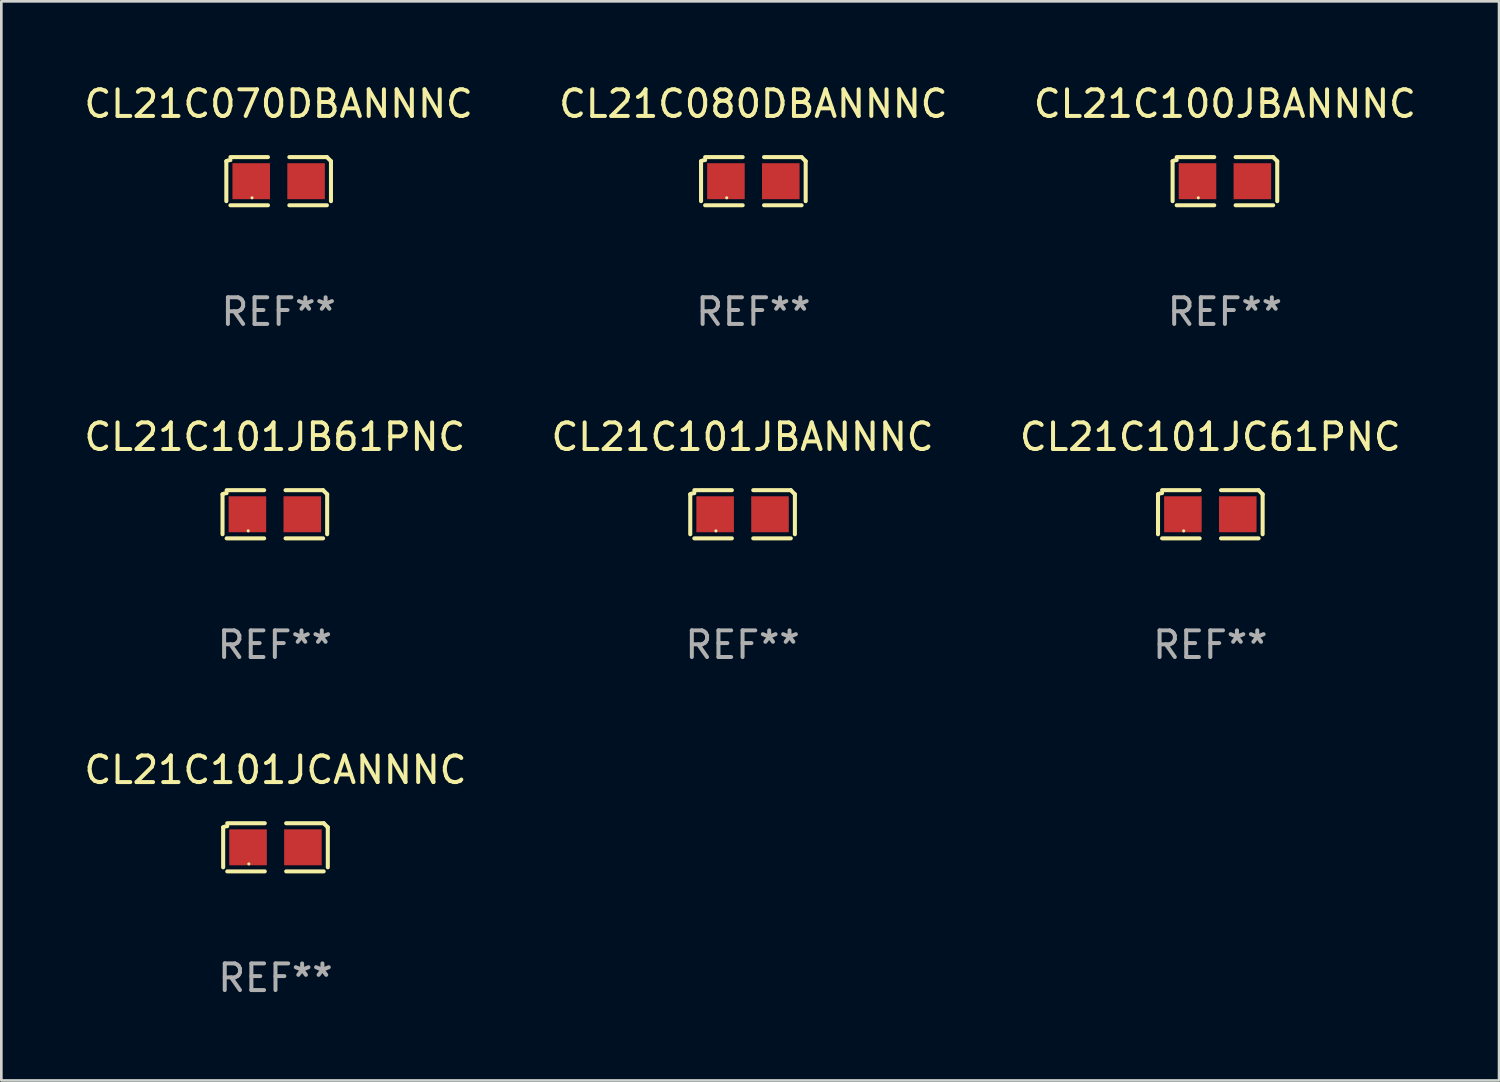
<source format=kicad_pcb>
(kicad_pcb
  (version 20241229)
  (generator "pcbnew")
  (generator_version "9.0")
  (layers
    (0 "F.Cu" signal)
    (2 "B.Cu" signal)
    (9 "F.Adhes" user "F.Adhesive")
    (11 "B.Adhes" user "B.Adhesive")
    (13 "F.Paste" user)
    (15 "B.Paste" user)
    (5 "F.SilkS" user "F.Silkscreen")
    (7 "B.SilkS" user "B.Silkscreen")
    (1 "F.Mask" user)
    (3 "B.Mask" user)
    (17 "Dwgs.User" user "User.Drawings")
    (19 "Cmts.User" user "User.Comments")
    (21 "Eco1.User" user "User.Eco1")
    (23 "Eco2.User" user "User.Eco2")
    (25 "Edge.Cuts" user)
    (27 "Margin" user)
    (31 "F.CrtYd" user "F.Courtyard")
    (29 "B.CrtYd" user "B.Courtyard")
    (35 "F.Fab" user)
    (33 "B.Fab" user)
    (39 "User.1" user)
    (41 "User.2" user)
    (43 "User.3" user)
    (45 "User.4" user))
  (footprint "CL21C080DBANNNC"
    (layer "F.Cu")
    (at 25.232 3.752)
    (property "Reference" "CL21C080DBANNNC" (at 0 -2.904 0) (layer "F.SilkS") (effects (font (size 1 1) (thickness 0.15))))
    (attr through_hole)
    (fp_line (start -1.964 0.751) (end -1.964 -0.751) (stroke (width 0.152) (type solid)) (layer "F.SilkS"))
    (fp_line (start -1.811 -0.904) (end -0.401 -0.904) (stroke (width 0.152) (type solid)) (layer "F.SilkS"))
    (fp_line (start -0.401 0.904) (end -1.811 0.904) (stroke (width 0.152) (type solid)) (layer "F.SilkS"))
    (fp_line (start 0.401 0.904) (end 1.811 0.904) (stroke (width 0.152) (type solid)) (layer "F.SilkS"))
    (fp_line (start 1.811 -0.904) (end 0.401 -0.904) (stroke (width 0.152) (type solid)) (layer "F.SilkS"))
    (fp_line (start 1.964 0.751) (end 1.964 -0.751) (stroke (width 0.152) (type solid)) (layer "F.SilkS"))
    (fp_arc (start -1.963602 -0.751207) (mid -1.890354 -0.783131) (end -1.811201 -0.794044) (stroke (width 0.1524) (type solid)) (layer "F.SilkS"))
    (fp_arc (start 1.811202 -0.903607) (mid 1.887413 -0.827418) (end 1.963602 -0.751207) (stroke (width 0.1524) (type solid)) (layer "F.SilkS"))
    (fp_circle (center -1 0.625) (end -0.97 0.625) (stroke (width 0.06) (type solid)) (fill no) (layer "F.SilkS"))
    (fp_text user "REF**" (at 0 4.904 0) (layer "F.Fab") (effects (font (size 1 1) (thickness 0.15))))
    (pad "1" smd rect (at -1.03 0) (size 1.41 1.35) (layers "F.Cu" "F.Mask" "F.Paste"))
    (pad "2" smd rect (at 1.03 0) (size 1.41 1.35) (layers "F.Cu" "F.Mask" "F.Paste")))
  (footprint "CL21C070DBANNNC"
    (layer "F.Cu")
    (at 7.411 3.752)
    (property "Reference" "CL21C070DBANNNC" (at 0 -2.904 0) (layer "F.SilkS") (effects (font (size 1 1) (thickness 0.15))))
    (attr through_hole)
    (fp_line (start -1.964 0.751) (end -1.964 -0.751) (stroke (width 0.152) (type solid)) (layer "F.SilkS"))
    (fp_line (start -1.811 -0.904) (end -0.401 -0.904) (stroke (width 0.152) (type solid)) (layer "F.SilkS"))
    (fp_line (start -0.401 0.904) (end -1.811 0.904) (stroke (width 0.152) (type solid)) (layer "F.SilkS"))
    (fp_line (start 0.401 0.904) (end 1.811 0.904) (stroke (width 0.152) (type solid)) (layer "F.SilkS"))
    (fp_line (start 1.811 -0.904) (end 0.401 -0.904) (stroke (width 0.152) (type solid)) (layer "F.SilkS"))
    (fp_line (start 1.964 0.751) (end 1.964 -0.751) (stroke (width 0.152) (type solid)) (layer "F.SilkS"))
    (fp_arc (start -1.963602 -0.751207) (mid -1.890354 -0.783131) (end -1.811201 -0.794044) (stroke (width 0.1524) (type solid)) (layer "F.SilkS"))
    (fp_arc (start 1.811202 -0.903607) (mid 1.887413 -0.827418) (end 1.963602 -0.751207) (stroke (width 0.1524) (type solid)) (layer "F.SilkS"))
    (fp_circle (center -1 0.625) (end -0.97 0.625) (stroke (width 0.06) (type solid)) (fill no) (layer "F.SilkS"))
    (fp_text user "REF**" (at 0 4.904 0) (layer "F.Fab") (effects (font (size 1 1) (thickness 0.15))))
    (pad "1" smd rect (at -1.03 0) (size 1.41 1.35) (layers "F.Cu" "F.Mask" "F.Paste"))
    (pad "2" smd rect (at 1.03 0) (size 1.41 1.35) (layers "F.Cu" "F.Mask" "F.Paste")))
  (footprint "CL21C101JB61PNC"
    (layer "F.Cu")
    (at 7.268 16.256)
    (property "Reference" "CL21C101JB61PNC" (at 0 -2.904 0) (layer "F.SilkS") (effects (font (size 1 1) (thickness 0.15))))
    (attr through_hole)
    (fp_line (start -1.964 0.751) (end -1.964 -0.751) (stroke (width 0.152) (type solid)) (layer "F.SilkS"))
    (fp_line (start -1.811 -0.904) (end -0.401 -0.904) (stroke (width 0.152) (type solid)) (layer "F.SilkS"))
    (fp_line (start -0.401 0.904) (end -1.811 0.904) (stroke (width 0.152) (type solid)) (layer "F.SilkS"))
    (fp_line (start 0.401 0.904) (end 1.811 0.904) (stroke (width 0.152) (type solid)) (layer "F.SilkS"))
    (fp_line (start 1.811 -0.904) (end 0.401 -0.904) (stroke (width 0.152) (type solid)) (layer "F.SilkS"))
    (fp_line (start 1.964 0.751) (end 1.964 -0.751) (stroke (width 0.152) (type solid)) (layer "F.SilkS"))
    (fp_arc (start -1.963602 -0.751207) (mid -1.890354 -0.783131) (end -1.811201 -0.794044) (stroke (width 0.1524) (type solid)) (layer "F.SilkS"))
    (fp_arc (start 1.811202 -0.903607) (mid 1.887413 -0.827418) (end 1.963602 -0.751207) (stroke (width 0.1524) (type solid)) (layer "F.SilkS"))
    (fp_circle (center -1 0.625) (end -0.97 0.625) (stroke (width 0.06) (type solid)) (fill no) (layer "F.SilkS"))
    (fp_text user "REF**" (at 0 4.904 0) (layer "F.Fab") (effects (font (size 1 1) (thickness 0.15))))
    (pad "1" smd rect (at -1.03 0) (size 1.41 1.35) (layers "F.Cu" "F.Mask" "F.Paste"))
    (pad "2" smd rect (at 1.03 0) (size 1.41 1.35) (layers "F.Cu" "F.Mask" "F.Paste")))
  (footprint "CL21C101JBANNNC"
    (layer "F.Cu")
    (at 24.827 16.256)
    (property "Reference" "CL21C101JBANNNC" (at 0 -2.904 0) (layer "F.SilkS") (effects (font (size 1 1) (thickness 0.15))))
    (attr through_hole)
    (fp_line (start -1.964 0.751) (end -1.964 -0.751) (stroke (width 0.152) (type solid)) (layer "F.SilkS"))
    (fp_line (start -1.811 -0.904) (end -0.401 -0.904) (stroke (width 0.152) (type solid)) (layer "F.SilkS"))
    (fp_line (start -0.401 0.904) (end -1.811 0.904) (stroke (width 0.152) (type solid)) (layer "F.SilkS"))
    (fp_line (start 0.401 0.904) (end 1.811 0.904) (stroke (width 0.152) (type solid)) (layer "F.SilkS"))
    (fp_line (start 1.811 -0.904) (end 0.401 -0.904) (stroke (width 0.152) (type solid)) (layer "F.SilkS"))
    (fp_line (start 1.964 0.751) (end 1.964 -0.751) (stroke (width 0.152) (type solid)) (layer "F.SilkS"))
    (fp_arc (start -1.963602 -0.751207) (mid -1.890354 -0.783131) (end -1.811201 -0.794044) (stroke (width 0.1524) (type solid)) (layer "F.SilkS"))
    (fp_arc (start 1.811202 -0.903607) (mid 1.887413 -0.827418) (end 1.963602 -0.751207) (stroke (width 0.1524) (type solid)) (layer "F.SilkS"))
    (fp_circle (center -1 0.625) (end -0.97 0.625) (stroke (width 0.06) (type solid)) (fill no) (layer "F.SilkS"))
    (fp_text user "REF**" (at 0 4.904 0) (layer "F.Fab") (effects (font (size 1 1) (thickness 0.15))))
    (pad "1" smd rect (at -1.03 0) (size 1.41 1.35) (layers "F.Cu" "F.Mask" "F.Paste"))
    (pad "2" smd rect (at 1.03 0) (size 1.41 1.35) (layers "F.Cu" "F.Mask" "F.Paste")))
  (footprint "CL21C101JCANNNC"
    (layer "F.Cu")
    (at 7.292 28.759)
    (property "Reference" "CL21C101JCANNNC" (at 0 -2.904 0) (layer "F.SilkS") (effects (font (size 1 1) (thickness 0.15))))
    (attr through_hole)
    (fp_line (start -1.964 0.751) (end -1.964 -0.751) (stroke (width 0.152) (type solid)) (layer "F.SilkS"))
    (fp_line (start -1.811 -0.904) (end -0.401 -0.904) (stroke (width 0.152) (type solid)) (layer "F.SilkS"))
    (fp_line (start -0.401 0.904) (end -1.811 0.904) (stroke (width 0.152) (type solid)) (layer "F.SilkS"))
    (fp_line (start 0.401 0.904) (end 1.811 0.904) (stroke (width 0.152) (type solid)) (layer "F.SilkS"))
    (fp_line (start 1.811 -0.904) (end 0.401 -0.904) (stroke (width 0.152) (type solid)) (layer "F.SilkS"))
    (fp_line (start 1.964 0.751) (end 1.964 -0.751) (stroke (width 0.152) (type solid)) (layer "F.SilkS"))
    (fp_arc (start -1.963602 -0.751207) (mid -1.890354 -0.783131) (end -1.811201 -0.794044) (stroke (width 0.1524) (type solid)) (layer "F.SilkS"))
    (fp_arc (start 1.811202 -0.903607) (mid 1.887413 -0.827418) (end 1.963602 -0.751207) (stroke (width 0.1524) (type solid)) (layer "F.SilkS"))
    (fp_circle (center -1 0.625) (end -0.97 0.625) (stroke (width 0.06) (type solid)) (fill no) (layer "F.SilkS"))
    (fp_text user "REF**" (at 0 4.904 0) (layer "F.Fab") (effects (font (size 1 1) (thickness 0.15))))
    (pad "1" smd rect (at -1.03 0) (size 1.41 1.35) (layers "F.Cu" "F.Mask" "F.Paste"))
    (pad "2" smd rect (at 1.03 0) (size 1.41 1.35) (layers "F.Cu" "F.Mask" "F.Paste")))
  (footprint "CL21C100JBANNNC"
    (layer "F.Cu")
    (at 42.935 3.752)
    (property "Reference" "CL21C100JBANNNC" (at 0 -2.904 0) (layer "F.SilkS") (effects (font (size 1 1) (thickness 0.15))))
    (attr through_hole)
    (fp_line (start -1.964 0.751) (end -1.964 -0.751) (stroke (width 0.152) (type solid)) (layer "F.SilkS"))
    (fp_line (start -1.811 -0.904) (end -0.401 -0.904) (stroke (width 0.152) (type solid)) (layer "F.SilkS"))
    (fp_line (start -0.401 0.904) (end -1.811 0.904) (stroke (width 0.152) (type solid)) (layer "F.SilkS"))
    (fp_line (start 0.401 0.904) (end 1.811 0.904) (stroke (width 0.152) (type solid)) (layer "F.SilkS"))
    (fp_line (start 1.811 -0.904) (end 0.401 -0.904) (stroke (width 0.152) (type solid)) (layer "F.SilkS"))
    (fp_line (start 1.964 0.751) (end 1.964 -0.751) (stroke (width 0.152) (type solid)) (layer "F.SilkS"))
    (fp_arc (start -1.963602 -0.751207) (mid -1.890354 -0.783131) (end -1.811201 -0.794044) (stroke (width 0.1524) (type solid)) (layer "F.SilkS"))
    (fp_arc (start 1.811202 -0.903607) (mid 1.887413 -0.827418) (end 1.963602 -0.751207) (stroke (width 0.1524) (type solid)) (layer "F.SilkS"))
    (fp_circle (center -1 0.625) (end -0.97 0.625) (stroke (width 0.06) (type solid)) (fill no) (layer "F.SilkS"))
    (fp_text user "REF**" (at 0 4.904 0) (layer "F.Fab") (effects (font (size 1 1) (thickness 0.15))))
    (pad "1" smd rect (at -1.03 0) (size 1.41 1.35) (layers "F.Cu" "F.Mask" "F.Paste"))
    (pad "2" smd rect (at 1.03 0) (size 1.41 1.35) (layers "F.Cu" "F.Mask" "F.Paste")))
  (footprint "CL21C101JC61PNC"
    (layer "F.Cu")
    (at 42.387 16.256)
    (property "Reference" "CL21C101JC61PNC" (at 0 -2.904 0) (layer "F.SilkS") (effects (font (size 1 1) (thickness 0.15))))
    (attr through_hole)
    (fp_line (start -1.964 0.751) (end -1.964 -0.751) (stroke (width 0.152) (type solid)) (layer "F.SilkS"))
    (fp_line (start -1.811 -0.904) (end -0.401 -0.904) (stroke (width 0.152) (type solid)) (layer "F.SilkS"))
    (fp_line (start -0.401 0.904) (end -1.811 0.904) (stroke (width 0.152) (type solid)) (layer "F.SilkS"))
    (fp_line (start 0.401 0.904) (end 1.811 0.904) (stroke (width 0.152) (type solid)) (layer "F.SilkS"))
    (fp_line (start 1.811 -0.904) (end 0.401 -0.904) (stroke (width 0.152) (type solid)) (layer "F.SilkS"))
    (fp_line (start 1.964 0.751) (end 1.964 -0.751) (stroke (width 0.152) (type solid)) (layer "F.SilkS"))
    (fp_arc (start -1.963602 -0.751207) (mid -1.890354 -0.783131) (end -1.811201 -0.794044) (stroke (width 0.1524) (type solid)) (layer "F.SilkS"))
    (fp_arc (start 1.811202 -0.903607) (mid 1.887413 -0.827418) (end 1.963602 -0.751207) (stroke (width 0.1524) (type solid)) (layer "F.SilkS"))
    (fp_circle (center -1 0.625) (end -0.97 0.625) (stroke (width 0.06) (type solid)) (fill no) (layer "F.SilkS"))
    (fp_text user "REF**" (at 0 4.904 0) (layer "F.Fab") (effects (font (size 1 1) (thickness 0.15))))
    (pad "1" smd rect (at -1.03 0) (size 1.41 1.35) (layers "F.Cu" "F.Mask" "F.Paste"))
    (pad "2" smd rect (at 1.03 0) (size 1.41 1.35) (layers "F.Cu" "F.Mask" "F.Paste")))
  (gr_rect
    (start -3 -3)
    (end 53.226 37.511)
    (stroke (width 0.1) (type default))
    (fill no)
    (layer "Edge.Cuts")))
</source>
